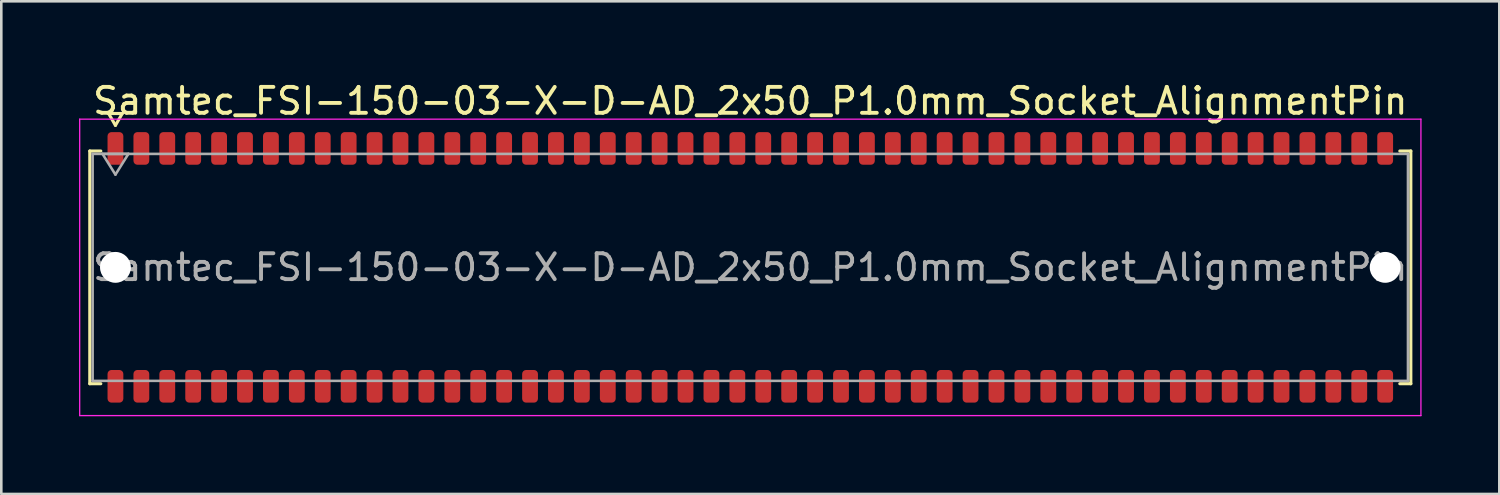
<source format=kicad_pcb>
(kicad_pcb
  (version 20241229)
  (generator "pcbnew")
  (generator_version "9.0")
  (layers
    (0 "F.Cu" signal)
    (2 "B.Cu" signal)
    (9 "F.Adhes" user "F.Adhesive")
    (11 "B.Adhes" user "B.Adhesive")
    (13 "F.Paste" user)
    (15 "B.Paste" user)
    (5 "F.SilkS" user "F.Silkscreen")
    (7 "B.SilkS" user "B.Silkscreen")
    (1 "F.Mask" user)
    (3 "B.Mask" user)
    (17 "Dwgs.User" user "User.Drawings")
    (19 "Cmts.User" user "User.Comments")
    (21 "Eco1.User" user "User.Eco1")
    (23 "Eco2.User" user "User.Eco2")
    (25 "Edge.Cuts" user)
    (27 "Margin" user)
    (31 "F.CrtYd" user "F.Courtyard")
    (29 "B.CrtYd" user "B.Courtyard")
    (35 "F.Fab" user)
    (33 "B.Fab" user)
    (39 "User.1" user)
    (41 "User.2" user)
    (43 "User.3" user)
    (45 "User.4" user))
  (footprint "Samtec_FSI-150-03-X-D-AD_2x50_P1.0mm_Socket_AlignmentPin"
    (layer "F.Cu")
    (at 25.905 7.268)
    (property "Reference" "Samtec_FSI-150-03-X-D-AD_2x50_P1.0mm_Socket_AlignmentPin" (at 0 -6.42 0) (layer "F.SilkS") (effects (font (size 1 1) (thickness 0.15))))
    (attr smd)
    (fp_line (start -25.49 -4.49) (end -25.065 -4.49) (stroke (width 0.12) (type solid)) (layer "F.SilkS"))
    (fp_line (start -25.49 4.49) (end -25.49 -4.49) (stroke (width 0.12) (type solid)) (layer "F.SilkS"))
    (fp_line (start -25.065 4.49) (end -25.49 4.49) (stroke (width 0.12) (type solid)) (layer "F.SilkS"))
    (fp_line (start -24.764 -5.938) (end -24.5 -5.48) (stroke (width 0.12) (type solid)) (layer "F.SilkS"))
    (fp_line (start -24.5 -5.48) (end -24.236 -5.938) (stroke (width 0.12) (type solid)) (layer "F.SilkS"))
    (fp_line (start -24.236 -5.938) (end -24.764 -5.938) (stroke (width 0.12) (type solid)) (layer "F.SilkS"))
    (fp_line (start 25.065 -4.49) (end 25.49 -4.49) (stroke (width 0.12) (type solid)) (layer "F.SilkS"))
    (fp_line (start 25.49 -4.49) (end 25.49 4.49) (stroke (width 0.12) (type solid)) (layer "F.SilkS"))
    (fp_line (start 25.49 4.49) (end 25.065 4.49) (stroke (width 0.12) (type solid)) (layer "F.SilkS"))
    (fp_line (start -25.88 -5.72) (end -25.88 5.72) (stroke (width 0.05) (type solid)) (layer "F.CrtYd"))
    (fp_line (start -25.88 5.72) (end 25.88 5.72) (stroke (width 0.05) (type solid)) (layer "F.CrtYd"))
    (fp_line (start 25.88 -5.72) (end -25.88 -5.72) (stroke (width 0.05) (type solid)) (layer "F.CrtYd"))
    (fp_line (start 25.88 5.72) (end 25.88 -5.72) (stroke (width 0.05) (type solid)) (layer "F.CrtYd"))
    (fp_line (start -25.38 -4.38) (end 25.38 -4.38) (stroke (width 0.1) (type solid)) (layer "F.Fab"))
    (fp_line (start -25.38 4.38) (end -25.38 -4.38) (stroke (width 0.1) (type solid)) (layer "F.Fab"))
    (fp_line (start -25 -4.38) (end -24.5 -3.58) (stroke (width 0.1) (type solid)) (layer "F.Fab"))
    (fp_line (start -24.5 -3.58) (end -24 -4.38) (stroke (width 0.1) (type solid)) (layer "F.Fab"))
    (fp_line (start -24 -4.38) (end -25 -4.38) (stroke (width 0.1) (type solid)) (layer "F.Fab"))
    (fp_line (start 25.38 -4.38) (end 25.38 4.38) (stroke (width 0.1) (type solid)) (layer "F.Fab"))
    (fp_line (start 25.38 4.38) (end -25.38 4.38) (stroke (width 0.1) (type solid)) (layer "F.Fab"))
    (fp_text user "${REFERENCE}" (at 0 0 0) (layer "F.Fab") (effects (font (size 1 1) (thickness 0.15))))
    (pad "" np_thru_hole circle (at -24.5 0) (size 1.19 1.19) (drill 1.19) (layers "*.Cu" "*.Mask"))
    (pad "" np_thru_hole circle (at 24.5 0) (size 1.19 1.19) (drill 1.19) (layers "*.Cu" "*.Mask"))
    (pad "1" smd roundrect (at -24.5 -4.59) (size 0.61 1.26) (layers "F.Cu" "F.Mask" "F.Paste") (roundrect_rratio 0.25))
    (pad "2" smd roundrect (at -24.5 4.59) (size 0.61 1.26) (layers "F.Cu" "F.Mask" "F.Paste") (roundrect_rratio 0.25))
    (pad "3" smd roundrect (at -23.5 -4.59) (size 0.61 1.26) (layers "F.Cu" "F.Mask" "F.Paste") (roundrect_rratio 0.25))
    (pad "4" smd roundrect (at -23.5 4.59) (size 0.61 1.26) (layers "F.Cu" "F.Mask" "F.Paste") (roundrect_rratio 0.25))
    (pad "5" smd roundrect (at -22.5 -4.59) (size 0.61 1.26) (layers "F.Cu" "F.Mask" "F.Paste") (roundrect_rratio 0.25))
    (pad "6" smd roundrect (at -22.5 4.59) (size 0.61 1.26) (layers "F.Cu" "F.Mask" "F.Paste") (roundrect_rratio 0.25))
    (pad "7" smd roundrect (at -21.5 -4.59) (size 0.61 1.26) (layers "F.Cu" "F.Mask" "F.Paste") (roundrect_rratio 0.25))
    (pad "8" smd roundrect (at -21.5 4.59) (size 0.61 1.26) (layers "F.Cu" "F.Mask" "F.Paste") (roundrect_rratio 0.25))
    (pad "9" smd roundrect (at -20.5 -4.59) (size 0.61 1.26) (layers "F.Cu" "F.Mask" "F.Paste") (roundrect_rratio 0.25))
    (pad "10" smd roundrect (at -20.5 4.59) (size 0.61 1.26) (layers "F.Cu" "F.Mask" "F.Paste") (roundrect_rratio 0.25))
    (pad "11" smd roundrect (at -19.5 -4.59) (size 0.61 1.26) (layers "F.Cu" "F.Mask" "F.Paste") (roundrect_rratio 0.25))
    (pad "12" smd roundrect (at -19.5 4.59) (size 0.61 1.26) (layers "F.Cu" "F.Mask" "F.Paste") (roundrect_rratio 0.25))
    (pad "13" smd roundrect (at -18.5 -4.59) (size 0.61 1.26) (layers "F.Cu" "F.Mask" "F.Paste") (roundrect_rratio 0.25))
    (pad "14" smd roundrect (at -18.5 4.59) (size 0.61 1.26) (layers "F.Cu" "F.Mask" "F.Paste") (roundrect_rratio 0.25))
    (pad "15" smd roundrect (at -17.5 -4.59) (size 0.61 1.26) (layers "F.Cu" "F.Mask" "F.Paste") (roundrect_rratio 0.25))
    (pad "16" smd roundrect (at -17.5 4.59) (size 0.61 1.26) (layers "F.Cu" "F.Mask" "F.Paste") (roundrect_rratio 0.25))
    (pad "17" smd roundrect (at -16.5 -4.59) (size 0.61 1.26) (layers "F.Cu" "F.Mask" "F.Paste") (roundrect_rratio 0.25))
    (pad "18" smd roundrect (at -16.5 4.59) (size 0.61 1.26) (layers "F.Cu" "F.Mask" "F.Paste") (roundrect_rratio 0.25))
    (pad "19" smd roundrect (at -15.5 -4.59) (size 0.61 1.26) (layers "F.Cu" "F.Mask" "F.Paste") (roundrect_rratio 0.25))
    (pad "20" smd roundrect (at -15.5 4.59) (size 0.61 1.26) (layers "F.Cu" "F.Mask" "F.Paste") (roundrect_rratio 0.25))
    (pad "21" smd roundrect (at -14.5 -4.59) (size 0.61 1.26) (layers "F.Cu" "F.Mask" "F.Paste") (roundrect_rratio 0.25))
    (pad "22" smd roundrect (at -14.5 4.59) (size 0.61 1.26) (layers "F.Cu" "F.Mask" "F.Paste") (roundrect_rratio 0.25))
    (pad "23" smd roundrect (at -13.5 -4.59) (size 0.61 1.26) (layers "F.Cu" "F.Mask" "F.Paste") (roundrect_rratio 0.25))
    (pad "24" smd roundrect (at -13.5 4.59) (size 0.61 1.26) (layers "F.Cu" "F.Mask" "F.Paste") (roundrect_rratio 0.25))
    (pad "25" smd roundrect (at -12.5 -4.59) (size 0.61 1.26) (layers "F.Cu" "F.Mask" "F.Paste") (roundrect_rratio 0.25))
    (pad "26" smd roundrect (at -12.5 4.59) (size 0.61 1.26) (layers "F.Cu" "F.Mask" "F.Paste") (roundrect_rratio 0.25))
    (pad "27" smd roundrect (at -11.5 -4.59) (size 0.61 1.26) (layers "F.Cu" "F.Mask" "F.Paste") (roundrect_rratio 0.25))
    (pad "28" smd roundrect (at -11.5 4.59) (size 0.61 1.26) (layers "F.Cu" "F.Mask" "F.Paste") (roundrect_rratio 0.25))
    (pad "29" smd roundrect (at -10.5 -4.59) (size 0.61 1.26) (layers "F.Cu" "F.Mask" "F.Paste") (roundrect_rratio 0.25))
    (pad "30" smd roundrect (at -10.5 4.59) (size 0.61 1.26) (layers "F.Cu" "F.Mask" "F.Paste") (roundrect_rratio 0.25))
    (pad "31" smd roundrect (at -9.5 -4.59) (size 0.61 1.26) (layers "F.Cu" "F.Mask" "F.Paste") (roundrect_rratio 0.25))
    (pad "32" smd roundrect (at -9.5 4.59) (size 0.61 1.26) (layers "F.Cu" "F.Mask" "F.Paste") (roundrect_rratio 0.25))
    (pad "33" smd roundrect (at -8.5 -4.59) (size 0.61 1.26) (layers "F.Cu" "F.Mask" "F.Paste") (roundrect_rratio 0.25))
    (pad "34" smd roundrect (at -8.5 4.59) (size 0.61 1.26) (layers "F.Cu" "F.Mask" "F.Paste") (roundrect_rratio 0.25))
    (pad "35" smd roundrect (at -7.5 -4.59) (size 0.61 1.26) (layers "F.Cu" "F.Mask" "F.Paste") (roundrect_rratio 0.25))
    (pad "36" smd roundrect (at -7.5 4.59) (size 0.61 1.26) (layers "F.Cu" "F.Mask" "F.Paste") (roundrect_rratio 0.25))
    (pad "37" smd roundrect (at -6.5 -4.59) (size 0.61 1.26) (layers "F.Cu" "F.Mask" "F.Paste") (roundrect_rratio 0.25))
    (pad "38" smd roundrect (at -6.5 4.59) (size 0.61 1.26) (layers "F.Cu" "F.Mask" "F.Paste") (roundrect_rratio 0.25))
    (pad "39" smd roundrect (at -5.5 -4.59) (size 0.61 1.26) (layers "F.Cu" "F.Mask" "F.Paste") (roundrect_rratio 0.25))
    (pad "40" smd roundrect (at -5.5 4.59) (size 0.61 1.26) (layers "F.Cu" "F.Mask" "F.Paste") (roundrect_rratio 0.25))
    (pad "41" smd roundrect (at -4.5 -4.59) (size 0.61 1.26) (layers "F.Cu" "F.Mask" "F.Paste") (roundrect_rratio 0.25))
    (pad "42" smd roundrect (at -4.5 4.59) (size 0.61 1.26) (layers "F.Cu" "F.Mask" "F.Paste") (roundrect_rratio 0.25))
    (pad "43" smd roundrect (at -3.5 -4.59) (size 0.61 1.26) (layers "F.Cu" "F.Mask" "F.Paste") (roundrect_rratio 0.25))
    (pad "44" smd roundrect (at -3.5 4.59) (size 0.61 1.26) (layers "F.Cu" "F.Mask" "F.Paste") (roundrect_rratio 0.25))
    (pad "45" smd roundrect (at -2.5 -4.59) (size 0.61 1.26) (layers "F.Cu" "F.Mask" "F.Paste") (roundrect_rratio 0.25))
    (pad "46" smd roundrect (at -2.5 4.59) (size 0.61 1.26) (layers "F.Cu" "F.Mask" "F.Paste") (roundrect_rratio 0.25))
    (pad "47" smd roundrect (at -1.5 -4.59) (size 0.61 1.26) (layers "F.Cu" "F.Mask" "F.Paste") (roundrect_rratio 0.25))
    (pad "48" smd roundrect (at -1.5 4.59) (size 0.61 1.26) (layers "F.Cu" "F.Mask" "F.Paste") (roundrect_rratio 0.25))
    (pad "49" smd roundrect (at -0.5 -4.59) (size 0.61 1.26) (layers "F.Cu" "F.Mask" "F.Paste") (roundrect_rratio 0.25))
    (pad "50" smd roundrect (at -0.5 4.59) (size 0.61 1.26) (layers "F.Cu" "F.Mask" "F.Paste") (roundrect_rratio 0.25))
    (pad "51" smd roundrect (at 0.5 -4.59) (size 0.61 1.26) (layers "F.Cu" "F.Mask" "F.Paste") (roundrect_rratio 0.25))
    (pad "52" smd roundrect (at 0.5 4.59) (size 0.61 1.26) (layers "F.Cu" "F.Mask" "F.Paste") (roundrect_rratio 0.25))
    (pad "53" smd roundrect (at 1.5 -4.59) (size 0.61 1.26) (layers "F.Cu" "F.Mask" "F.Paste") (roundrect_rratio 0.25))
    (pad "54" smd roundrect (at 1.5 4.59) (size 0.61 1.26) (layers "F.Cu" "F.Mask" "F.Paste") (roundrect_rratio 0.25))
    (pad "55" smd roundrect (at 2.5 -4.59) (size 0.61 1.26) (layers "F.Cu" "F.Mask" "F.Paste") (roundrect_rratio 0.25))
    (pad "56" smd roundrect (at 2.5 4.59) (size 0.61 1.26) (layers "F.Cu" "F.Mask" "F.Paste") (roundrect_rratio 0.25))
    (pad "57" smd roundrect (at 3.5 -4.59) (size 0.61 1.26) (layers "F.Cu" "F.Mask" "F.Paste") (roundrect_rratio 0.25))
    (pad "58" smd roundrect (at 3.5 4.59) (size 0.61 1.26) (layers "F.Cu" "F.Mask" "F.Paste") (roundrect_rratio 0.25))
    (pad "59" smd roundrect (at 4.5 -4.59) (size 0.61 1.26) (layers "F.Cu" "F.Mask" "F.Paste") (roundrect_rratio 0.25))
    (pad "60" smd roundrect (at 4.5 4.59) (size 0.61 1.26) (layers "F.Cu" "F.Mask" "F.Paste") (roundrect_rratio 0.25))
    (pad "61" smd roundrect (at 5.5 -4.59) (size 0.61 1.26) (layers "F.Cu" "F.Mask" "F.Paste") (roundrect_rratio 0.25))
    (pad "62" smd roundrect (at 5.5 4.59) (size 0.61 1.26) (layers "F.Cu" "F.Mask" "F.Paste") (roundrect_rratio 0.25))
    (pad "63" smd roundrect (at 6.5 -4.59) (size 0.61 1.26) (layers "F.Cu" "F.Mask" "F.Paste") (roundrect_rratio 0.25))
    (pad "64" smd roundrect (at 6.5 4.59) (size 0.61 1.26) (layers "F.Cu" "F.Mask" "F.Paste") (roundrect_rratio 0.25))
    (pad "65" smd roundrect (at 7.5 -4.59) (size 0.61 1.26) (layers "F.Cu" "F.Mask" "F.Paste") (roundrect_rratio 0.25))
    (pad "66" smd roundrect (at 7.5 4.59) (size 0.61 1.26) (layers "F.Cu" "F.Mask" "F.Paste") (roundrect_rratio 0.25))
    (pad "67" smd roundrect (at 8.5 -4.59) (size 0.61 1.26) (layers "F.Cu" "F.Mask" "F.Paste") (roundrect_rratio 0.25))
    (pad "68" smd roundrect (at 8.5 4.59) (size 0.61 1.26) (layers "F.Cu" "F.Mask" "F.Paste") (roundrect_rratio 0.25))
    (pad "69" smd roundrect (at 9.5 -4.59) (size 0.61 1.26) (layers "F.Cu" "F.Mask" "F.Paste") (roundrect_rratio 0.25))
    (pad "70" smd roundrect (at 9.5 4.59) (size 0.61 1.26) (layers "F.Cu" "F.Mask" "F.Paste") (roundrect_rratio 0.25))
    (pad "71" smd roundrect (at 10.5 -4.59) (size 0.61 1.26) (layers "F.Cu" "F.Mask" "F.Paste") (roundrect_rratio 0.25))
    (pad "72" smd roundrect (at 10.5 4.59) (size 0.61 1.26) (layers "F.Cu" "F.Mask" "F.Paste") (roundrect_rratio 0.25))
    (pad "73" smd roundrect (at 11.5 -4.59) (size 0.61 1.26) (layers "F.Cu" "F.Mask" "F.Paste") (roundrect_rratio 0.25))
    (pad "74" smd roundrect (at 11.5 4.59) (size 0.61 1.26) (layers "F.Cu" "F.Mask" "F.Paste") (roundrect_rratio 0.25))
    (pad "75" smd roundrect (at 12.5 -4.59) (size 0.61 1.26) (layers "F.Cu" "F.Mask" "F.Paste") (roundrect_rratio 0.25))
    (pad "76" smd roundrect (at 12.5 4.59) (size 0.61 1.26) (layers "F.Cu" "F.Mask" "F.Paste") (roundrect_rratio 0.25))
    (pad "77" smd roundrect (at 13.5 -4.59) (size 0.61 1.26) (layers "F.Cu" "F.Mask" "F.Paste") (roundrect_rratio 0.25))
    (pad "78" smd roundrect (at 13.5 4.59) (size 0.61 1.26) (layers "F.Cu" "F.Mask" "F.Paste") (roundrect_rratio 0.25))
    (pad "79" smd roundrect (at 14.5 -4.59) (size 0.61 1.26) (layers "F.Cu" "F.Mask" "F.Paste") (roundrect_rratio 0.25))
    (pad "80" smd roundrect (at 14.5 4.59) (size 0.61 1.26) (layers "F.Cu" "F.Mask" "F.Paste") (roundrect_rratio 0.25))
    (pad "81" smd roundrect (at 15.5 -4.59) (size 0.61 1.26) (layers "F.Cu" "F.Mask" "F.Paste") (roundrect_rratio 0.25))
    (pad "82" smd roundrect (at 15.5 4.59) (size 0.61 1.26) (layers "F.Cu" "F.Mask" "F.Paste") (roundrect_rratio 0.25))
    (pad "83" smd roundrect (at 16.5 -4.59) (size 0.61 1.26) (layers "F.Cu" "F.Mask" "F.Paste") (roundrect_rratio 0.25))
    (pad "84" smd roundrect (at 16.5 4.59) (size 0.61 1.26) (layers "F.Cu" "F.Mask" "F.Paste") (roundrect_rratio 0.25))
    (pad "85" smd roundrect (at 17.5 -4.59) (size 0.61 1.26) (layers "F.Cu" "F.Mask" "F.Paste") (roundrect_rratio 0.25))
    (pad "86" smd roundrect (at 17.5 4.59) (size 0.61 1.26) (layers "F.Cu" "F.Mask" "F.Paste") (roundrect_rratio 0.25))
    (pad "87" smd roundrect (at 18.5 -4.59) (size 0.61 1.26) (layers "F.Cu" "F.Mask" "F.Paste") (roundrect_rratio 0.25))
    (pad "88" smd roundrect (at 18.5 4.59) (size 0.61 1.26) (layers "F.Cu" "F.Mask" "F.Paste") (roundrect_rratio 0.25))
    (pad "89" smd roundrect (at 19.5 -4.59) (size 0.61 1.26) (layers "F.Cu" "F.Mask" "F.Paste") (roundrect_rratio 0.25))
    (pad "90" smd roundrect (at 19.5 4.59) (size 0.61 1.26) (layers "F.Cu" "F.Mask" "F.Paste") (roundrect_rratio 0.25))
    (pad "91" smd roundrect (at 20.5 -4.59) (size 0.61 1.26) (layers "F.Cu" "F.Mask" "F.Paste") (roundrect_rratio 0.25))
    (pad "92" smd roundrect (at 20.5 4.59) (size 0.61 1.26) (layers "F.Cu" "F.Mask" "F.Paste") (roundrect_rratio 0.25))
    (pad "93" smd roundrect (at 21.5 -4.59) (size 0.61 1.26) (layers "F.Cu" "F.Mask" "F.Paste") (roundrect_rratio 0.25))
    (pad "94" smd roundrect (at 21.5 4.59) (size 0.61 1.26) (layers "F.Cu" "F.Mask" "F.Paste") (roundrect_rratio 0.25))
    (pad "95" smd roundrect (at 22.5 -4.59) (size 0.61 1.26) (layers "F.Cu" "F.Mask" "F.Paste") (roundrect_rratio 0.25))
    (pad "96" smd roundrect (at 22.5 4.59) (size 0.61 1.26) (layers "F.Cu" "F.Mask" "F.Paste") (roundrect_rratio 0.25))
    (pad "97" smd roundrect (at 23.5 -4.59) (size 0.61 1.26) (layers "F.Cu" "F.Mask" "F.Paste") (roundrect_rratio 0.25))
    (pad "98" smd roundrect (at 23.5 4.59) (size 0.61 1.26) (layers "F.Cu" "F.Mask" "F.Paste") (roundrect_rratio 0.25))
    (pad "99" smd roundrect (at 24.5 -4.59) (size 0.61 1.26) (layers "F.Cu" "F.Mask" "F.Paste") (roundrect_rratio 0.25))
    (pad "100" smd roundrect (at 24.5 4.59) (size 0.61 1.26) (layers "F.Cu" "F.Mask" "F.Paste") (roundrect_rratio 0.25)))
  (gr_rect
    (start -3 -3)
    (end 54.81 16.013)
    (stroke (width 0.1) (type default))
    (fill no)
    (layer "Edge.Cuts")))
</source>
